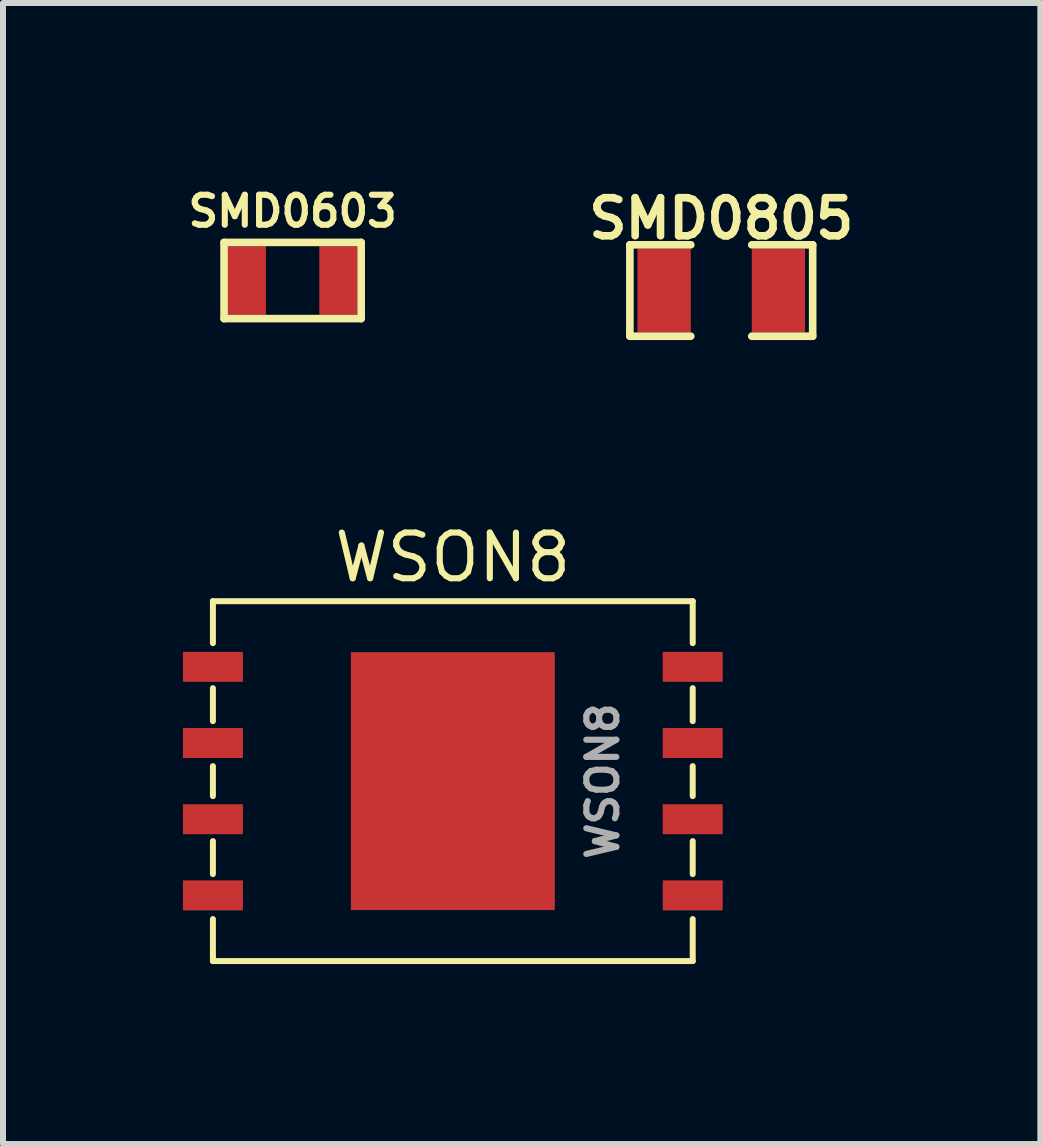
<source format=kicad_pcb>
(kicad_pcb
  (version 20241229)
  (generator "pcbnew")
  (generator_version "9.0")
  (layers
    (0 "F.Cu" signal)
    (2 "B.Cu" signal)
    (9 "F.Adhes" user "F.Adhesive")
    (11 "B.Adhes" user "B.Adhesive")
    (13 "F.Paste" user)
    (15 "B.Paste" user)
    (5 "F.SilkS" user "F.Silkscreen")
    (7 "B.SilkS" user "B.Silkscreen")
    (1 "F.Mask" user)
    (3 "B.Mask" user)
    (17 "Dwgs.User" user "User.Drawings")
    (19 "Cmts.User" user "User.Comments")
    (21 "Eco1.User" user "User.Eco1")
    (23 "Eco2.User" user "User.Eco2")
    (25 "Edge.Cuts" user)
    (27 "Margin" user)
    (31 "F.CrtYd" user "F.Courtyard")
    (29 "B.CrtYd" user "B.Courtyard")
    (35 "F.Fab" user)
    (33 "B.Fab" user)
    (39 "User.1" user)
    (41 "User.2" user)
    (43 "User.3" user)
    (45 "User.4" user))
  (footprint "SMD0603"
    (layer "F.Cu")
    (at 1.829 1.627)
    (property "Reference" "SMD0603" (at 0 -1.156 0) (layer "F.SilkS") (effects (font (size 0.5 0.5) (thickness 0.102))))
    (attr smd)
    (fp_line (start -1.143 -0.635) (end 1.143 -0.635) (stroke (width 0.127) (type solid)) (layer "F.SilkS"))
    (fp_line (start -1.143 0.635) (end -1.143 -0.635) (stroke (width 0.127) (type solid)) (layer "F.SilkS"))
    (fp_line (start 1.143 -0.635) (end 1.143 0.635) (stroke (width 0.127) (type solid)) (layer "F.SilkS"))
    (fp_line (start 1.143 0.635) (end -1.143 0.635) (stroke (width 0.127) (type solid)) (layer "F.SilkS"))
    (pad "1" smd rect (at -0.762 0) (size 0.635 1.143) (layers "F.Cu" "F.Mask" "F.Paste"))
    (pad "2" smd rect (at 0.762 0) (size 0.635 1.143) (layers "F.Cu" "F.Mask" "F.Paste")))
  (footprint "WSON8"
    (layer "F.Cu")
    (at 4.5 9.974)
    (property "Reference" "WSON8" (at 0 -3.73 0) (unlocked yes) (layer "F.SilkS") (effects (font (size 0.762 0.762) (thickness 0.102))))
    (attr smd)
    (fp_line (start -4 -3) (end 4 -3) (stroke (width 0.1) (type solid)) (layer "F.SilkS"))
    (fp_line (start -4 -2.3) (end -4 -3) (stroke (width 0.1) (type solid)) (layer "F.SilkS"))
    (fp_line (start -4 -1) (end -4 -1.55) (stroke (width 0.1) (type solid)) (layer "F.SilkS"))
    (fp_line (start -4 -0.25) (end -4 0.25) (stroke (width 0.1) (type solid)) (layer "F.SilkS"))
    (fp_line (start -4 1) (end -4 1.55) (stroke (width 0.1) (type solid)) (layer "F.SilkS"))
    (fp_line (start -4 3) (end -4 2.3) (stroke (width 0.1) (type solid)) (layer "F.SilkS"))
    (fp_line (start 4 -3) (end 4 -2.3) (stroke (width 0.1) (type solid)) (layer "F.SilkS"))
    (fp_line (start 4 -1.55) (end 4 -1) (stroke (width 0.1) (type solid)) (layer "F.SilkS"))
    (fp_line (start 4 -0.25) (end 4 0.25) (stroke (width 0.1) (type solid)) (layer "F.SilkS"))
    (fp_line (start 4 1) (end 4 1.55) (stroke (width 0.1) (type solid)) (layer "F.SilkS"))
    (fp_line (start 4 3) (end -4 3) (stroke (width 0.1) (type solid)) (layer "F.SilkS"))
    (fp_line (start 4 3) (end 4 2.3) (stroke (width 0.1) (type solid)) (layer "F.SilkS"))
    (fp_text user "${REFERENCE}" (at 2.5 0 90) (unlocked yes) (layer "F.Fab") (effects (font (size 0.5 0.5) (thickness 0.102))))
    (pad "1" smd rect (at -4 -1.905) (size 1 0.5) (layers "F.Cu" "F.Mask" "F.Paste"))
    (pad "2" smd rect (at -4 -0.635) (size 1 0.5) (layers "F.Cu" "F.Mask" "F.Paste"))
    (pad "3" smd rect (at -4 0.635) (size 1 0.5) (layers "F.Cu" "F.Mask" "F.Paste"))
    (pad "4" smd rect (at -4 1.905) (size 1 0.5) (layers "F.Cu" "F.Mask" "F.Paste"))
    (pad "5" smd rect (at 4 1.905) (size 1 0.5) (layers "F.Cu" "F.Mask" "F.Paste"))
    (pad "6" smd rect (at 4 0.635) (size 1 0.5) (layers "F.Cu" "F.Mask" "F.Paste"))
    (pad "7" smd rect (at 4 -0.635) (size 1 0.5) (layers "F.Cu" "F.Mask" "F.Paste"))
    (pad "8" smd rect (at 4 -1.905) (size 1 0.5) (layers "F.Cu" "F.Mask" "F.Paste"))
    (pad "PAD" smd rect (at 0 0) (size 3.4 4.3) (layers "F.Cu" "F.Mask" "F.Paste")))
  (footprint "SMD0805"
    (layer "F.Cu")
    (at 8.976 1.794)
    (property "Reference" "SMD0805" (at 0 -1.2 0) (layer "F.SilkS") (effects (font (size 0.635 0.635) (thickness 0.127))))
    (attr smd)
    (fp_line (start -1.524 -0.762) (end -0.508 -0.762) (stroke (width 0.127) (type solid)) (layer "F.SilkS"))
    (fp_line (start -1.524 0.762) (end -1.524 -0.762) (stroke (width 0.127) (type solid)) (layer "F.SilkS"))
    (fp_line (start -0.508 0.762) (end -1.524 0.762) (stroke (width 0.127) (type solid)) (layer "F.SilkS"))
    (fp_line (start 0.508 -0.762) (end 1.524 -0.762) (stroke (width 0.127) (type solid)) (layer "F.SilkS"))
    (fp_line (start 1.524 -0.762) (end 1.524 0.762) (stroke (width 0.127) (type solid)) (layer "F.SilkS"))
    (fp_line (start 1.524 0.762) (end 0.508 0.762) (stroke (width 0.127) (type solid)) (layer "F.SilkS"))
    (pad "1" smd rect (at -0.953 0) (size 0.889 1.397) (layers "F.Cu" "F.Mask" "F.Paste"))
    (pad "2" smd rect (at 0.953 0) (size 0.889 1.397) (layers "F.Cu" "F.Mask" "F.Paste")))
  (gr_rect
    (start -3 -3)
    (end 14.296 16.024)
    (stroke (width 0.1) (type default))
    (fill no)
    (layer "Edge.Cuts")))
</source>
